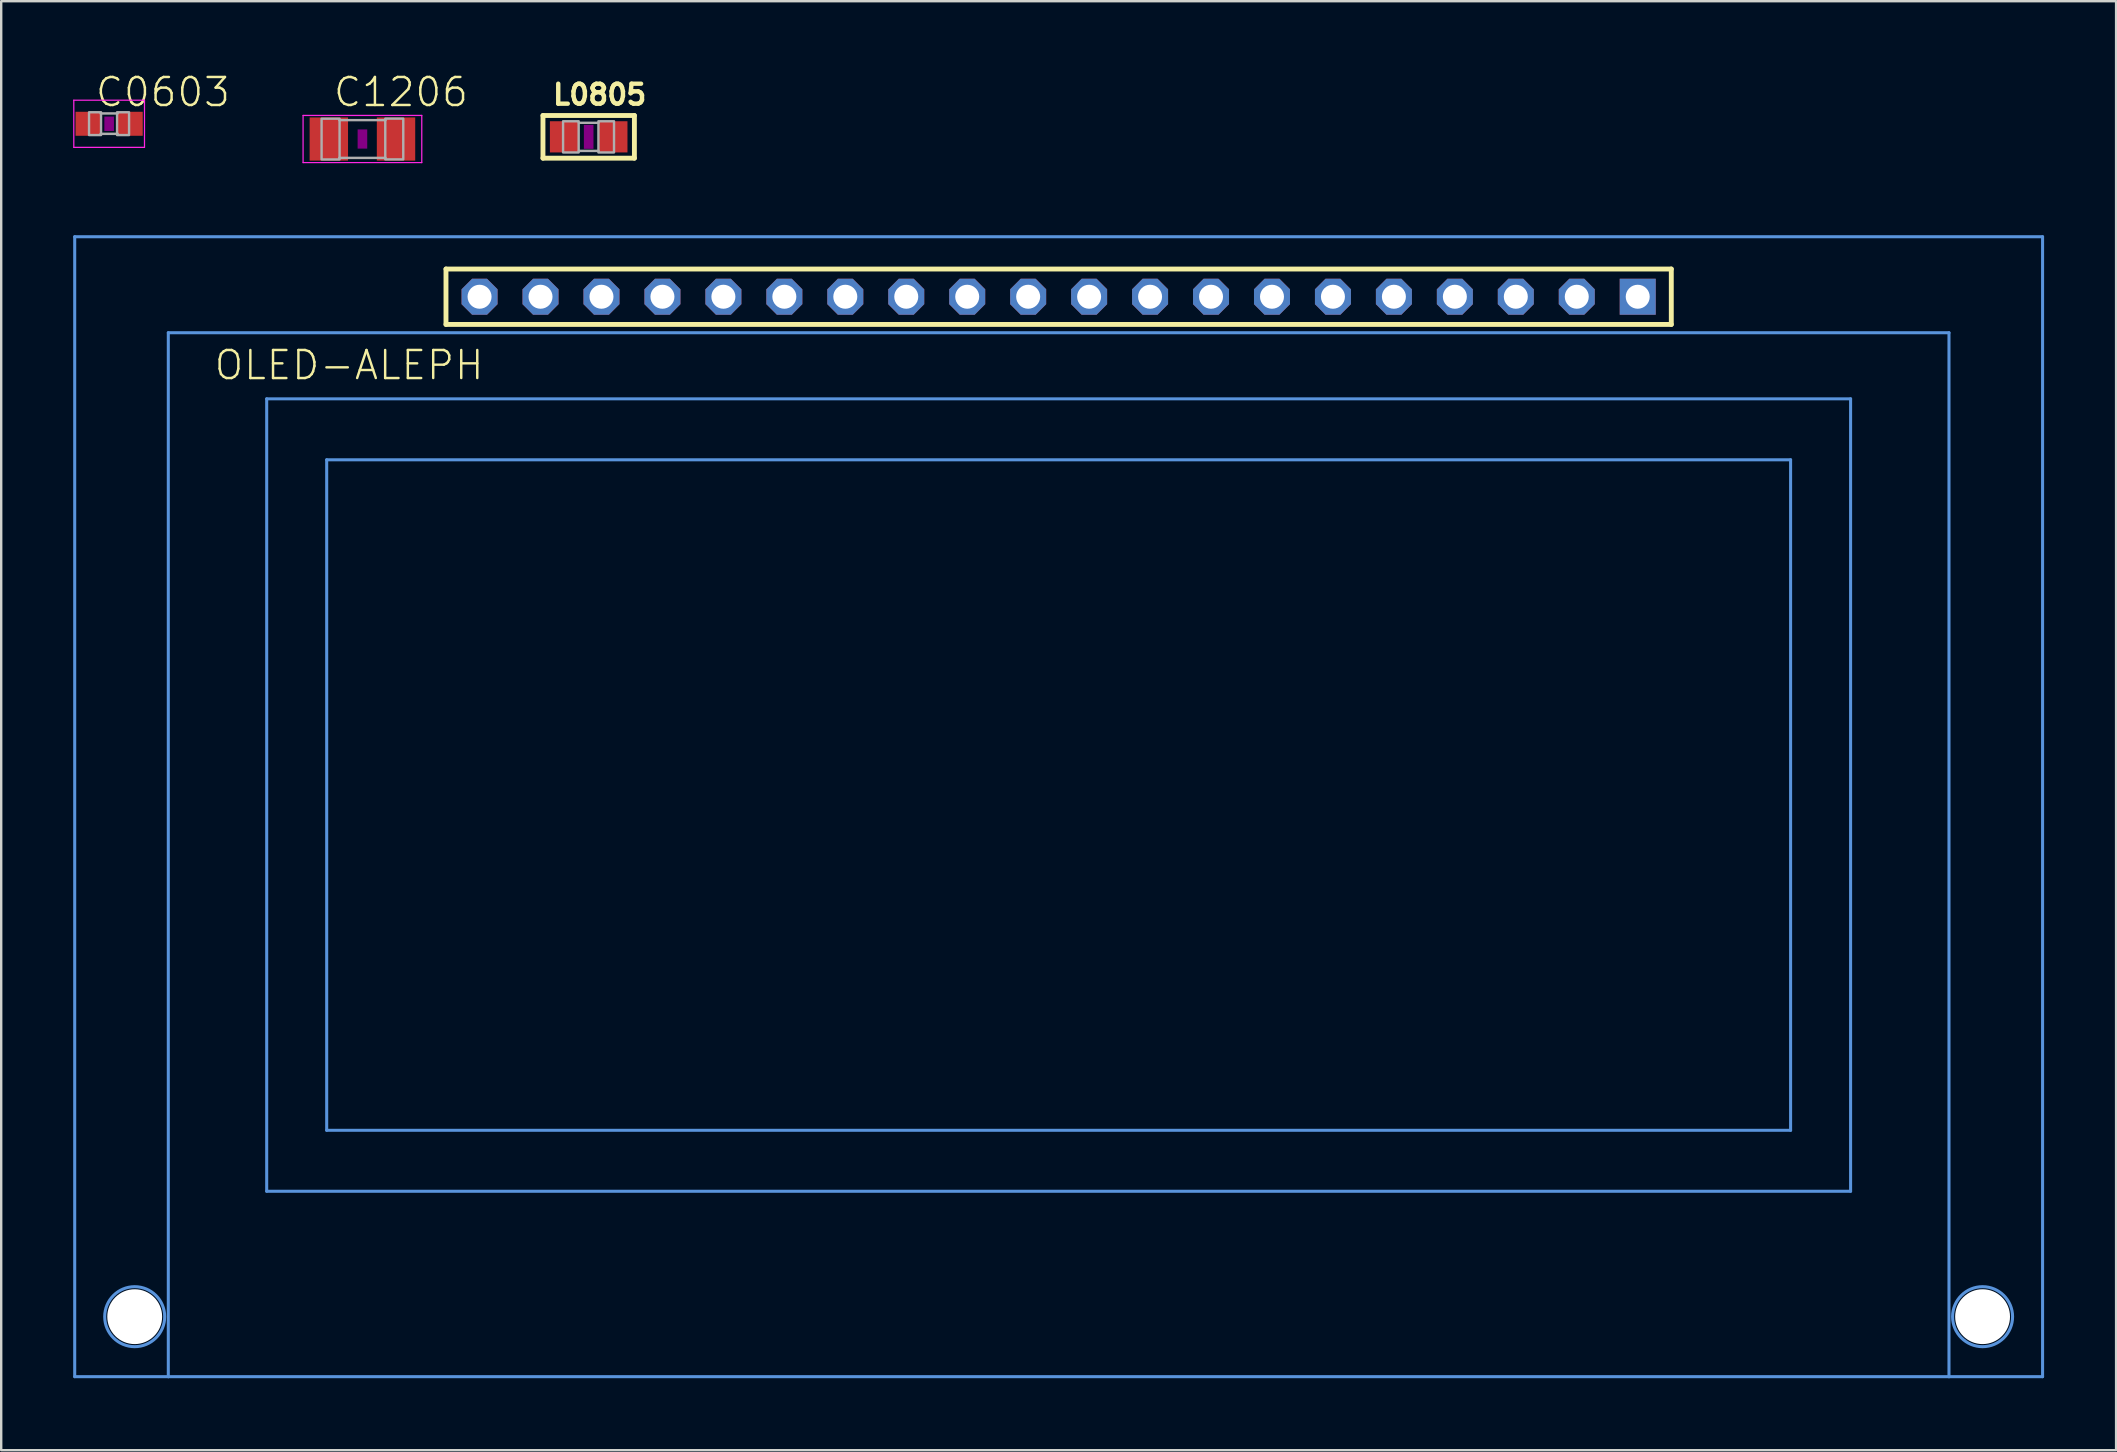
<source format=kicad_pcb>
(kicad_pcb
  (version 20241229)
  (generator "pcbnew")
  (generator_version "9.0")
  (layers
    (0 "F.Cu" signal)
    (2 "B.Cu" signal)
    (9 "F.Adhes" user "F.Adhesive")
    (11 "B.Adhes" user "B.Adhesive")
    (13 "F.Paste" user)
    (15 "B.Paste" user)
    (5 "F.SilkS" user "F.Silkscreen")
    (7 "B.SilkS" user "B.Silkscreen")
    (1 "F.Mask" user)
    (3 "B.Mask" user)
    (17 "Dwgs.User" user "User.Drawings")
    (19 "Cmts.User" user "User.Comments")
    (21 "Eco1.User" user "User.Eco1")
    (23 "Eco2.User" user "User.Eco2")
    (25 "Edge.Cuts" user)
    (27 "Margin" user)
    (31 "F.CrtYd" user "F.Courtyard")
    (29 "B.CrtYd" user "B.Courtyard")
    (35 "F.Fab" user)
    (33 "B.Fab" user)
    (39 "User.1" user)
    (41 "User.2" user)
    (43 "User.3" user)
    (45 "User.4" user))
  (footprint "C1206"
    (layer "F.Cu")
    (at 12.052 2.743)
    (property "Reference" "C1206" (at -1.27 -1.27 0) (layer "F.SilkS") (effects (font (size 1.168 1.168) (thickness 0.102)) (justify left bottom)))
    (fp_poly (pts (xy -0.2 0.4) (xy 0.2 0.4) (xy 0.2 -0.4) (xy -0.2 -0.4)) (stroke (width 0) (type solid)) (fill yes) (layer "F.Adhes"))
    (fp_line (start -2.473 -0.983) (end 2.473 -0.983) (stroke (width 0.051) (type solid)) (layer "F.CrtYd"))
    (fp_line (start -2.473 0.983) (end -2.473 -0.983) (stroke (width 0.051) (type solid)) (layer "F.CrtYd"))
    (fp_line (start 2.473 -0.983) (end 2.473 0.983) (stroke (width 0.051) (type solid)) (layer "F.CrtYd"))
    (fp_line (start 2.473 0.983) (end -2.473 0.983) (stroke (width 0.051) (type solid)) (layer "F.CrtYd"))
    (fp_line (start -0.965 -0.787) (end 0.965 -0.787) (stroke (width 0.102) (type solid)) (layer "F.Fab"))
    (fp_line (start -0.965 0.787) (end 0.965 0.787) (stroke (width 0.102) (type solid)) (layer "F.Fab"))
    (fp_poly (pts (xy -1.702 0.851) (xy -0.952 0.851) (xy -0.952 -0.849) (xy -1.702 -0.849)) (stroke (width 0.1) (type solid)) (fill no) (layer "F.Fab"))
    (fp_poly (pts (xy 0.952 0.849) (xy 1.702 0.849) (xy 1.702 -0.851) (xy 0.952 -0.851)) (stroke (width 0.1) (type solid)) (fill no) (layer "F.Fab"))
    (pad "1" smd rect (at -1.4 0) (size 1.6 1.8) (layers "F.Cu" "F.Mask" "F.Paste"))
    (pad "2" smd rect (at 1.4 0) (size 1.6 1.8) (layers "F.Cu" "F.Mask" "F.Paste")))
  (footprint "OLED-ALEPH"
    (layer "F.Cu")
    (at 41.063 30.565)
    (property "Reference" "OLED-ALEPH" (at -35.25 -17.715 0) (layer "F.SilkS") (effects (font (size 1.168 1.168) (thickness 0.102)) (justify left bottom)))
    (fp_line (start -25.529 -22.405) (end 25.529 -22.405) (stroke (width 0.203) (type solid)) (layer "F.SilkS"))
    (fp_line (start -25.529 -20.095) (end -25.529 -22.405) (stroke (width 0.203) (type solid)) (layer "F.SilkS"))
    (fp_line (start 25.529 -22.405) (end 25.529 -20.095) (stroke (width 0.203) (type solid)) (layer "F.SilkS"))
    (fp_line (start 25.529 -20.095) (end -25.529 -20.095) (stroke (width 0.203) (type solid)) (layer "F.SilkS"))
    (fp_line (start -41 -23.75) (end -41 23.75) (stroke (width 0.127) (type solid)) (layer "Cmts.User"))
    (fp_line (start -37.1 -19.75) (end -37.1 23.75) (stroke (width 0.127) (type solid)) (layer "Cmts.User"))
    (fp_line (start -37.1 23.75) (end -41 23.75) (stroke (width 0.127) (type solid)) (layer "Cmts.User"))
    (fp_line (start -33 -16.996) (end 33 -16.996) (stroke (width 0.127) (type solid)) (layer "Cmts.User"))
    (fp_line (start -33 16.024) (end -33 -16.996) (stroke (width 0.127) (type solid)) (layer "Cmts.User"))
    (fp_line (start -30.5 -14.456) (end 30.5 -14.456) (stroke (width 0.127) (type solid)) (layer "Cmts.User"))
    (fp_line (start -30.5 13.484) (end -30.5 -14.456) (stroke (width 0.127) (type solid)) (layer "Cmts.User"))
    (fp_line (start 30.5 -14.456) (end 30.5 13.484) (stroke (width 0.127) (type solid)) (layer "Cmts.User"))
    (fp_line (start 30.5 13.484) (end -30.5 13.484) (stroke (width 0.127) (type solid)) (layer "Cmts.User"))
    (fp_line (start 33 -16.996) (end 33 16.024) (stroke (width 0.127) (type solid)) (layer "Cmts.User"))
    (fp_line (start 33 16.024) (end -33 16.024) (stroke (width 0.127) (type solid)) (layer "Cmts.User"))
    (fp_line (start 37.1 -19.75) (end -37.1 -19.75) (stroke (width 0.127) (type solid)) (layer "Cmts.User"))
    (fp_line (start 37.1 23.75) (end -37.1 23.75) (stroke (width 0.127) (type solid)) (layer "Cmts.User"))
    (fp_line (start 37.1 23.75) (end 37.1 -19.75) (stroke (width 0.127) (type solid)) (layer "Cmts.User"))
    (fp_line (start 41 -23.75) (end -41 -23.75) (stroke (width 0.127) (type solid)) (layer "Cmts.User"))
    (fp_line (start 41 -23.75) (end 41 23.75) (stroke (width 0.127) (type solid)) (layer "Cmts.User"))
    (fp_line (start 41 23.75) (end 37.1 23.75) (stroke (width 0.127) (type solid)) (layer "Cmts.User"))
    (fp_circle (center -38.5 21.25) (end -37.25 21.25) (stroke (width 0.127) (type solid)) (fill no) (layer "Cmts.User"))
    (fp_circle (center 38.5 21.25) (end 39.75 21.25) (stroke (width 0.127) (type solid)) (fill no) (layer "Cmts.User"))
    (pad "" np_thru_hole circle (at -38.5 21.25) (size 2.286 2.286) (drill 2.286) (layers "*.Cu" "*.Mask"))
    (pad "" np_thru_hole circle (at 38.5 21.25) (size 2.286 2.286) (drill 2.286) (layers "*.Cu" "*.Mask"))
    (pad "1" thru_hole rect (at 24.13 -21.25 180) (size 1.5 1.5) (drill 1) (layers "*.Cu" "*.Mask"))
    (pad "2" thru_hole roundrect (at 21.59 -21.25 180) (size 1.5 1.5) (drill 1) (layers "*.Cu" "*.Mask") (roundrect_rratio 0.25) (chamfer_ratio 0.293) (chamfer top_left top_right bottom_left bottom_right))
    (pad "3" thru_hole roundrect (at 19.05 -21.25 180) (size 1.5 1.5) (drill 1) (layers "*.Cu" "*.Mask") (roundrect_rratio 0.25) (chamfer_ratio 0.293) (chamfer top_left top_right bottom_left bottom_right))
    (pad "4" thru_hole roundrect (at 16.51 -21.25 180) (size 1.5 1.5) (drill 1) (layers "*.Cu" "*.Mask") (roundrect_rratio 0.25) (chamfer_ratio 0.293) (chamfer top_left top_right bottom_left bottom_right))
    (pad "5" thru_hole roundrect (at 13.97 -21.25 180) (size 1.5 1.5) (drill 1) (layers "*.Cu" "*.Mask") (roundrect_rratio 0.25) (chamfer_ratio 0.293) (chamfer top_left top_right bottom_left bottom_right))
    (pad "6" thru_hole roundrect (at 11.43 -21.25 180) (size 1.5 1.5) (drill 1) (layers "*.Cu" "*.Mask") (roundrect_rratio 0.25) (chamfer_ratio 0.293) (chamfer top_left top_right bottom_left bottom_right))
    (pad "7" thru_hole roundrect (at 8.89 -21.25 180) (size 1.5 1.5) (drill 1) (layers "*.Cu" "*.Mask") (roundrect_rratio 0.25) (chamfer_ratio 0.293) (chamfer top_left top_right bottom_left bottom_right))
    (pad "8" thru_hole roundrect (at 6.35 -21.25 180) (size 1.5 1.5) (drill 1) (layers "*.Cu" "*.Mask") (roundrect_rratio 0.25) (chamfer_ratio 0.293) (chamfer top_left top_right bottom_left bottom_right))
    (pad "9" thru_hole roundrect (at 3.81 -21.25 180) (size 1.5 1.5) (drill 1) (layers "*.Cu" "*.Mask") (roundrect_rratio 0.25) (chamfer_ratio 0.293) (chamfer top_left top_right bottom_left bottom_right))
    (pad "10" thru_hole roundrect (at 1.27 -21.25 180) (size 1.5 1.5) (drill 1) (layers "*.Cu" "*.Mask") (roundrect_rratio 0.25) (chamfer_ratio 0.293) (chamfer top_left top_right bottom_left bottom_right))
    (pad "11" thru_hole roundrect (at -1.27 -21.25 180) (size 1.5 1.5) (drill 1) (layers "*.Cu" "*.Mask") (roundrect_rratio 0.25) (chamfer_ratio 0.293) (chamfer top_left top_right bottom_left bottom_right))
    (pad "12" thru_hole roundrect (at -3.81 -21.25 180) (size 1.5 1.5) (drill 1) (layers "*.Cu" "*.Mask") (roundrect_rratio 0.25) (chamfer_ratio 0.293) (chamfer top_left top_right bottom_left bottom_right))
    (pad "13" thru_hole roundrect (at -6.35 -21.25 180) (size 1.5 1.5) (drill 1) (layers "*.Cu" "*.Mask") (roundrect_rratio 0.25) (chamfer_ratio 0.293) (chamfer top_left top_right bottom_left bottom_right))
    (pad "14" thru_hole roundrect (at -8.89 -21.25 180) (size 1.5 1.5) (drill 1) (layers "*.Cu" "*.Mask") (roundrect_rratio 0.25) (chamfer_ratio 0.293) (chamfer top_left top_right bottom_left bottom_right))
    (pad "15" thru_hole roundrect (at -11.43 -21.25 180) (size 1.5 1.5) (drill 1) (layers "*.Cu" "*.Mask") (roundrect_rratio 0.25) (chamfer_ratio 0.293) (chamfer top_left top_right bottom_left bottom_right))
    (pad "16" thru_hole roundrect (at -13.97 -21.25 180) (size 1.5 1.5) (drill 1) (layers "*.Cu" "*.Mask") (roundrect_rratio 0.25) (chamfer_ratio 0.293) (chamfer top_left top_right bottom_left bottom_right))
    (pad "17" thru_hole roundrect (at -16.51 -21.25 180) (size 1.5 1.5) (drill 1) (layers "*.Cu" "*.Mask") (roundrect_rratio 0.25) (chamfer_ratio 0.293) (chamfer top_left top_right bottom_left bottom_right))
    (pad "18" thru_hole roundrect (at -19.05 -21.25 180) (size 1.5 1.5) (drill 1) (layers "*.Cu" "*.Mask") (roundrect_rratio 0.25) (chamfer_ratio 0.293) (chamfer top_left top_right bottom_left bottom_right))
    (pad "19" thru_hole roundrect (at -21.59 -21.25 180) (size 1.5 1.5) (drill 1) (layers "*.Cu" "*.Mask") (roundrect_rratio 0.25) (chamfer_ratio 0.293) (chamfer top_left top_right bottom_left bottom_right))
    (pad "20" thru_hole roundrect (at -24.13 -21.25 180) (size 1.5 1.5) (drill 1) (layers "*.Cu" "*.Mask") (roundrect_rratio 0.25) (chamfer_ratio 0.293) (chamfer top_left top_right bottom_left bottom_right)))
  (footprint "C0603"
    (layer "F.Cu")
    (at 1.498 2.108)
    (property "Reference" "C0603" (at -0.635 -0.635 0) (layer "F.SilkS") (effects (font (size 1.168 1.168) (thickness 0.102)) (justify left bottom)))
    (fp_poly (pts (xy -0.2 0.3) (xy 0.2 0.3) (xy 0.2 -0.3) (xy -0.2 -0.3)) (stroke (width 0) (type solid)) (fill yes) (layer "F.Adhes"))
    (fp_line (start -1.473 -0.983) (end 1.473 -0.983) (stroke (width 0.051) (type solid)) (layer "F.CrtYd"))
    (fp_line (start -1.473 0.983) (end -1.473 -0.983) (stroke (width 0.051) (type solid)) (layer "F.CrtYd"))
    (fp_line (start 1.473 -0.983) (end 1.473 0.983) (stroke (width 0.051) (type solid)) (layer "F.CrtYd"))
    (fp_line (start 1.473 0.983) (end -1.473 0.983) (stroke (width 0.051) (type solid)) (layer "F.CrtYd"))
    (fp_line (start -0.356 -0.432) (end 0.356 -0.432) (stroke (width 0.102) (type solid)) (layer "F.Fab"))
    (fp_line (start -0.356 0.419) (end 0.356 0.419) (stroke (width 0.102) (type solid)) (layer "F.Fab"))
    (fp_poly (pts (xy -0.838 0.47) (xy -0.338 0.47) (xy -0.338 -0.48) (xy -0.838 -0.48)) (stroke (width 0.1) (type solid)) (fill no) (layer "F.Fab"))
    (fp_poly (pts (xy 0.33 0.47) (xy 0.83 0.47) (xy 0.83 -0.48) (xy 0.33 -0.48)) (stroke (width 0.1) (type solid)) (fill no) (layer "F.Fab"))
    (pad "1" smd rect (at -0.85 0) (size 1.1 1) (layers "F.Cu" "F.Mask" "F.Paste"))
    (pad "2" smd rect (at 0.85 0) (size 1.1 1) (layers "F.Cu" "F.Mask" "F.Paste")))
  (footprint "L0805"
    (layer "F.Cu")
    (at 21.48 2.652)
    (property "Reference" "L0805" (at -1.587 -1.27 0) (layer "F.SilkS") (effects (font (size 0.833 0.833) (thickness 0.183)) (justify left bottom)))
    (fp_line (start -1.905 -0.889) (end 1.905 -0.889) (stroke (width 0.203) (type solid)) (layer "F.SilkS"))
    (fp_line (start -1.905 0.889) (end -1.905 -0.889) (stroke (width 0.203) (type solid)) (layer "F.SilkS"))
    (fp_line (start 1.905 -0.889) (end 1.905 0.889) (stroke (width 0.203) (type solid)) (layer "F.SilkS"))
    (fp_line (start 1.905 0.889) (end -1.905 0.889) (stroke (width 0.203) (type solid)) (layer "F.SilkS"))
    (fp_poly (pts (xy -0.2 0.5) (xy 0.2 0.5) (xy 0.2 -0.5) (xy -0.2 -0.5)) (stroke (width 0) (type solid)) (fill yes) (layer "F.Adhes"))
    (fp_line (start -0.41 -0.585) (end 0.41 -0.585) (stroke (width 0.102) (type solid)) (layer "F.Fab"))
    (fp_line (start -0.41 0.585) (end 0.41 0.585) (stroke (width 0.102) (type solid)) (layer "F.Fab"))
    (fp_poly (pts (xy -1.067 0.65) (xy -0.417 0.65) (xy -0.417 -0.65) (xy -1.067 -0.65)) (stroke (width 0.1) (type solid)) (fill no) (layer "F.Fab"))
    (fp_poly (pts (xy 0.406 0.65) (xy 1.056 0.65) (xy 1.056 -0.65) (xy 0.406 -0.65)) (stroke (width 0.1) (type solid)) (fill no) (layer "F.Fab"))
    (pad "1" smd rect (at -1.016 0) (size 1.2 1.3) (layers "F.Cu" "F.Mask" "F.Paste"))
    (pad "2" smd rect (at 1.016 0) (size 1.2 1.3) (layers "F.Cu" "F.Mask" "F.Paste")))
  (gr_rect
    (start -3 -3)
    (end 85.127 57.379)
    (stroke (width 0.1) (type default))
    (fill no)
    (layer "Edge.Cuts")))
</source>
